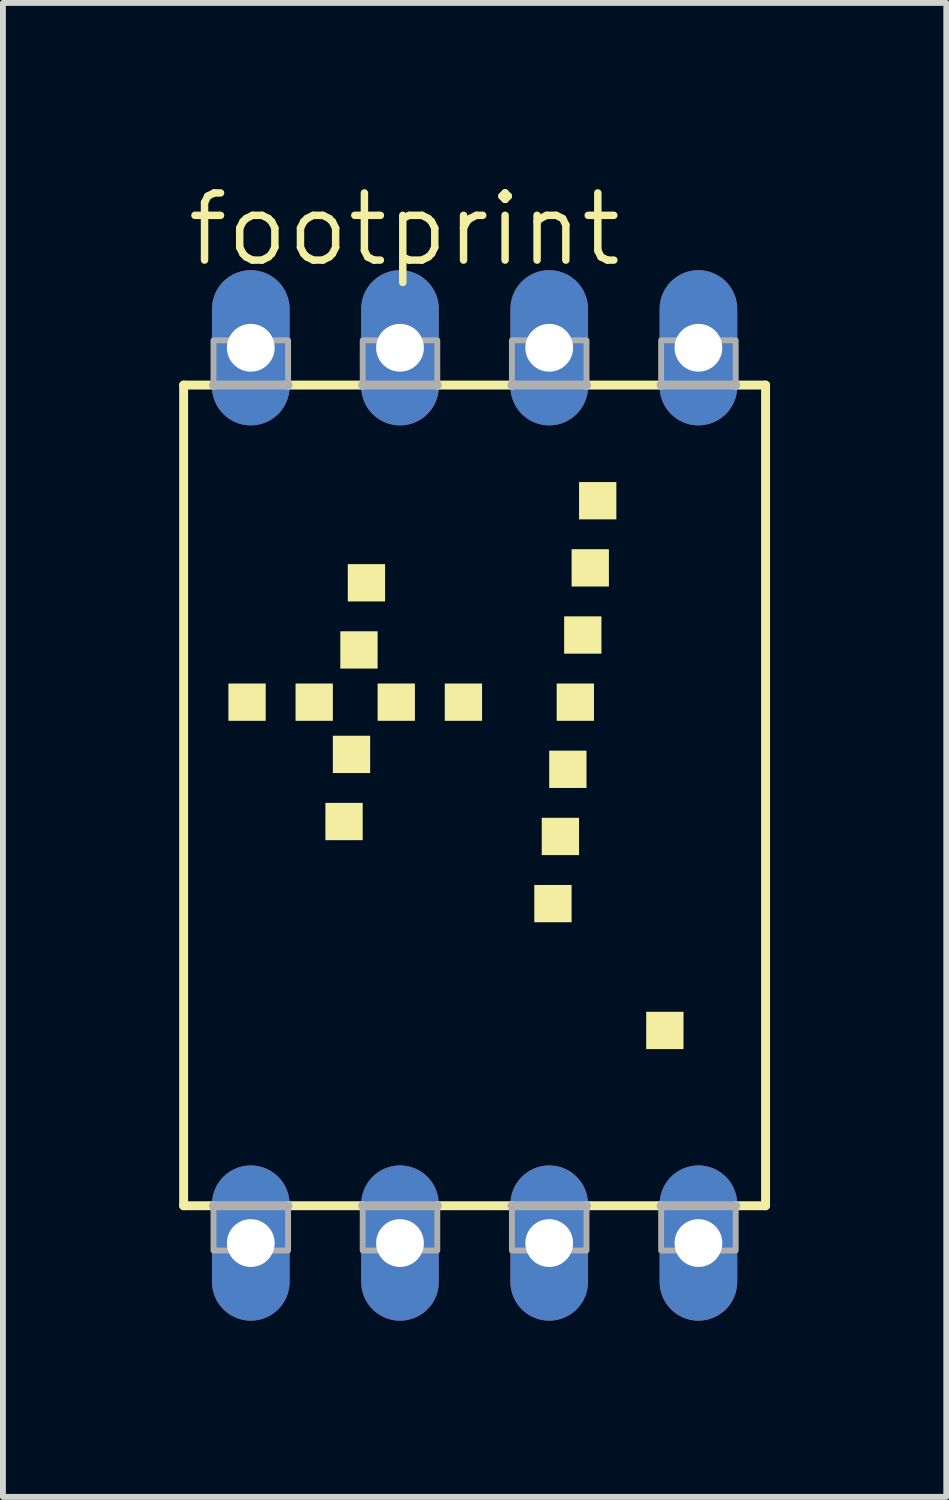
<source format=kicad_pcb>
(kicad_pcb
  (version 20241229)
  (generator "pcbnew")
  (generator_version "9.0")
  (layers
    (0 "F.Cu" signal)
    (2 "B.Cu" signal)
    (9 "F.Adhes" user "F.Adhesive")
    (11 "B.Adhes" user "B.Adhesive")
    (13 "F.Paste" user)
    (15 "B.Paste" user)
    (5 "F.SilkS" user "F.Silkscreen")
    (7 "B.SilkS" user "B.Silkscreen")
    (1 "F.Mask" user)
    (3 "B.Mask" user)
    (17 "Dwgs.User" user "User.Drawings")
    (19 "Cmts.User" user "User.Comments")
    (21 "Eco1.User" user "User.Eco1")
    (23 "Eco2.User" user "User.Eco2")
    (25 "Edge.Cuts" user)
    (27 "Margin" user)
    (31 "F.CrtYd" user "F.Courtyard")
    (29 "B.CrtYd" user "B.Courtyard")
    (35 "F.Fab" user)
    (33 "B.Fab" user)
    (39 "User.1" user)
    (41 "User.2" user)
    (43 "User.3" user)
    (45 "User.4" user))
  (footprint "footprint"
    (layer "F.Cu")
    (at 5.029 10.49)
    (property "Reference" "footprint" (at -4.953 -8.966 0) (layer "F.SilkS") (effects (font (size 1.143 1.143) (thickness 0.127)) (justify left bottom)))
    (fp_line (start -4.953 -6.985) (end -4.953 6.985) (stroke (width 0.152) (type solid)) (layer "F.SilkS"))
    (fp_line (start -4.953 6.985) (end -4.445 6.985) (stroke (width 0.152) (type solid)) (layer "F.SilkS"))
    (fp_line (start -4.445 -6.985) (end -4.953 -6.985) (stroke (width 0.152) (type solid)) (layer "F.SilkS"))
    (fp_line (start -1.905 -6.985) (end -3.175 -6.985) (stroke (width 0.152) (type solid)) (layer "F.SilkS"))
    (fp_line (start -1.905 6.985) (end -3.175 6.985) (stroke (width 0.152) (type solid)) (layer "F.SilkS"))
    (fp_line (start -0.635 6.985) (end 0.635 6.985) (stroke (width 0.152) (type solid)) (layer "F.SilkS"))
    (fp_line (start 0.635 -6.985) (end -0.635 -6.985) (stroke (width 0.152) (type solid)) (layer "F.SilkS"))
    (fp_line (start 1.905 6.985) (end 3.175 6.985) (stroke (width 0.152) (type solid)) (layer "F.SilkS"))
    (fp_line (start 3.175 -6.985) (end 1.905 -6.985) (stroke (width 0.152) (type solid)) (layer "F.SilkS"))
    (fp_line (start 4.953 -6.985) (end 4.445 -6.985) (stroke (width 0.152) (type solid)) (layer "F.SilkS"))
    (fp_line (start 4.953 6.985) (end 4.445 6.985) (stroke (width 0.152) (type solid)) (layer "F.SilkS"))
    (fp_line (start 4.953 6.985) (end 4.953 -6.985) (stroke (width 0.152) (type solid)) (layer "F.SilkS"))
    (fp_poly (pts (xy -4.191 -1.27) (xy -3.556 -1.27) (xy -3.556 -1.905) (xy -4.191 -1.905)) (stroke (width 0) (type solid)) (fill yes) (layer "F.SilkS"))
    (fp_poly (pts (xy -3.048 -1.27) (xy -2.413 -1.27) (xy -2.413 -1.905) (xy -3.048 -1.905)) (stroke (width 0) (type solid)) (fill yes) (layer "F.SilkS"))
    (fp_poly (pts (xy -2.54 0.762) (xy -1.905 0.762) (xy -1.905 0.127) (xy -2.54 0.127)) (stroke (width 0) (type solid)) (fill yes) (layer "F.SilkS"))
    (fp_poly (pts (xy -2.413 -0.381) (xy -1.778 -0.381) (xy -1.778 -1.016) (xy -2.413 -1.016)) (stroke (width 0) (type solid)) (fill yes) (layer "F.SilkS"))
    (fp_poly (pts (xy -2.286 -2.159) (xy -1.651 -2.159) (xy -1.651 -2.794) (xy -2.286 -2.794)) (stroke (width 0) (type solid)) (fill yes) (layer "F.SilkS"))
    (fp_poly (pts (xy -2.159 -3.302) (xy -1.524 -3.302) (xy -1.524 -3.937) (xy -2.159 -3.937)) (stroke (width 0) (type solid)) (fill yes) (layer "F.SilkS"))
    (fp_poly (pts (xy -1.651 -1.27) (xy -1.016 -1.27) (xy -1.016 -1.905) (xy -1.651 -1.905)) (stroke (width 0) (type solid)) (fill yes) (layer "F.SilkS"))
    (fp_poly (pts (xy -0.508 -1.27) (xy 0.127 -1.27) (xy 0.127 -1.905) (xy -0.508 -1.905)) (stroke (width 0) (type solid)) (fill yes) (layer "F.SilkS"))
    (fp_poly (pts (xy 1.016 2.159) (xy 1.651 2.159) (xy 1.651 1.524) (xy 1.016 1.524)) (stroke (width 0) (type solid)) (fill yes) (layer "F.SilkS"))
    (fp_poly (pts (xy 1.143 1.016) (xy 1.778 1.016) (xy 1.778 0.381) (xy 1.143 0.381)) (stroke (width 0) (type solid)) (fill yes) (layer "F.SilkS"))
    (fp_poly (pts (xy 1.27 -0.127) (xy 1.905 -0.127) (xy 1.905 -0.762) (xy 1.27 -0.762)) (stroke (width 0) (type solid)) (fill yes) (layer "F.SilkS"))
    (fp_poly (pts (xy 1.397 -1.27) (xy 2.032 -1.27) (xy 2.032 -1.905) (xy 1.397 -1.905)) (stroke (width 0) (type solid)) (fill yes) (layer "F.SilkS"))
    (fp_poly (pts (xy 1.524 -2.413) (xy 2.159 -2.413) (xy 2.159 -3.048) (xy 1.524 -3.048)) (stroke (width 0) (type solid)) (fill yes) (layer "F.SilkS"))
    (fp_poly (pts (xy 1.651 -3.556) (xy 2.286 -3.556) (xy 2.286 -4.191) (xy 1.651 -4.191)) (stroke (width 0) (type solid)) (fill yes) (layer "F.SilkS"))
    (fp_poly (pts (xy 1.778 -4.699) (xy 2.413 -4.699) (xy 2.413 -5.334) (xy 1.778 -5.334)) (stroke (width 0) (type solid)) (fill yes) (layer "F.SilkS"))
    (fp_poly (pts (xy 2.921 4.318) (xy 3.556 4.318) (xy 3.556 3.683) (xy 2.921 3.683)) (stroke (width 0) (type solid)) (fill yes) (layer "F.SilkS"))
    (fp_line (start -4.445 -6.985) (end -3.175 -6.985) (stroke (width 0.152) (type solid)) (layer "F.Fab"))
    (fp_line (start -4.445 6.985) (end -3.175 6.985) (stroke (width 0.152) (type solid)) (layer "F.Fab"))
    (fp_line (start -1.905 -6.985) (end -0.635 -6.985) (stroke (width 0.152) (type solid)) (layer "F.Fab"))
    (fp_line (start -1.905 6.985) (end -0.635 6.985) (stroke (width 0.152) (type solid)) (layer "F.Fab"))
    (fp_line (start 0.635 -6.985) (end 1.905 -6.985) (stroke (width 0.152) (type solid)) (layer "F.Fab"))
    (fp_line (start 0.635 6.985) (end 1.905 6.985) (stroke (width 0.152) (type solid)) (layer "F.Fab"))
    (fp_line (start 3.175 -6.985) (end 4.445 -6.985) (stroke (width 0.152) (type solid)) (layer "F.Fab"))
    (fp_line (start 3.175 6.985) (end 4.445 6.985) (stroke (width 0.152) (type solid)) (layer "F.Fab"))
    (fp_poly (pts (xy -4.445 -6.985) (xy -3.175 -6.985) (xy -3.175 -7.747) (xy -4.445 -7.747)) (stroke (width 0.1) (type solid)) (fill no) (layer "F.Fab"))
    (fp_poly (pts (xy -4.445 7.747) (xy -3.175 7.747) (xy -3.175 6.985) (xy -4.445 6.985)) (stroke (width 0.1) (type solid)) (fill no) (layer "F.Fab"))
    (fp_poly (pts (xy -1.905 -6.985) (xy -0.635 -6.985) (xy -0.635 -7.747) (xy -1.905 -7.747)) (stroke (width 0.1) (type solid)) (fill no) (layer "F.Fab"))
    (fp_poly (pts (xy -1.905 7.747) (xy -0.635 7.747) (xy -0.635 6.985) (xy -1.905 6.985)) (stroke (width 0.1) (type solid)) (fill no) (layer "F.Fab"))
    (fp_poly (pts (xy 0.635 -6.985) (xy 1.905 -6.985) (xy 1.905 -7.747) (xy 0.635 -7.747)) (stroke (width 0.1) (type solid)) (fill no) (layer "F.Fab"))
    (fp_poly (pts (xy 0.635 7.747) (xy 1.905 7.747) (xy 1.905 6.985) (xy 0.635 6.985)) (stroke (width 0.1) (type solid)) (fill no) (layer "F.Fab"))
    (fp_poly (pts (xy 3.175 -6.985) (xy 4.445 -6.985) (xy 4.445 -7.747) (xy 3.175 -7.747)) (stroke (width 0.1) (type solid)) (fill no) (layer "F.Fab"))
    (fp_poly (pts (xy 3.175 7.747) (xy 4.445 7.747) (xy 4.445 6.985) (xy 3.175 6.985)) (stroke (width 0.1) (type solid)) (fill no) (layer "F.Fab"))
    (pad "1" thru_hole oval (at -3.81 7.62 90) (size 2.642 1.321) (drill 0.813) (layers "*.Cu" "*.Mask"))
    (pad "2" thru_hole oval (at -1.27 7.62 90) (size 2.642 1.321) (drill 0.813) (layers "*.Cu" "*.Mask"))
    (pad "3" thru_hole oval (at 1.27 7.62 90) (size 2.642 1.321) (drill 0.813) (layers "*.Cu" "*.Mask"))
    (pad "4" thru_hole oval (at 3.81 7.62 90) (size 2.642 1.321) (drill 0.813) (layers "*.Cu" "*.Mask"))
    (pad "5" thru_hole oval (at 3.81 -7.62 90) (size 2.642 1.321) (drill 0.813) (layers "*.Cu" "*.Mask"))
    (pad "6" thru_hole oval (at 1.27 -7.62 90) (size 2.642 1.321) (drill 0.813) (layers "*.Cu" "*.Mask"))
    (pad "7" thru_hole oval (at -1.27 -7.62 90) (size 2.642 1.321) (drill 0.813) (layers "*.Cu" "*.Mask"))
    (pad "8" thru_hole oval (at -3.81 -7.62 90) (size 2.642 1.321) (drill 0.813) (layers "*.Cu" "*.Mask")))
  (gr_rect
    (start -3 -3)
    (end 13.058 22.431)
    (stroke (width 0.1) (type default))
    (fill no)
    (layer "Edge.Cuts")))
</source>
